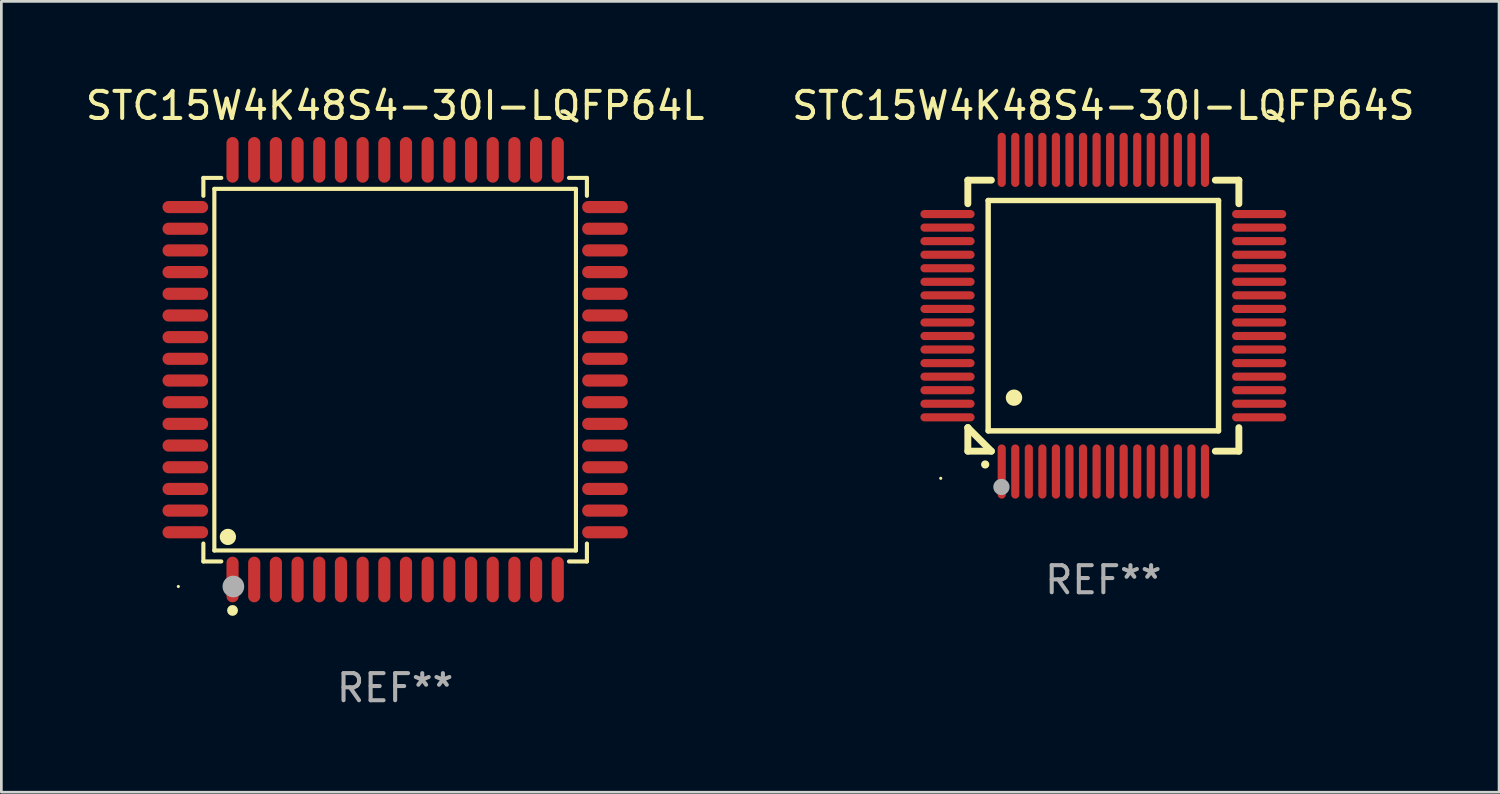
<source format=kicad_pcb>
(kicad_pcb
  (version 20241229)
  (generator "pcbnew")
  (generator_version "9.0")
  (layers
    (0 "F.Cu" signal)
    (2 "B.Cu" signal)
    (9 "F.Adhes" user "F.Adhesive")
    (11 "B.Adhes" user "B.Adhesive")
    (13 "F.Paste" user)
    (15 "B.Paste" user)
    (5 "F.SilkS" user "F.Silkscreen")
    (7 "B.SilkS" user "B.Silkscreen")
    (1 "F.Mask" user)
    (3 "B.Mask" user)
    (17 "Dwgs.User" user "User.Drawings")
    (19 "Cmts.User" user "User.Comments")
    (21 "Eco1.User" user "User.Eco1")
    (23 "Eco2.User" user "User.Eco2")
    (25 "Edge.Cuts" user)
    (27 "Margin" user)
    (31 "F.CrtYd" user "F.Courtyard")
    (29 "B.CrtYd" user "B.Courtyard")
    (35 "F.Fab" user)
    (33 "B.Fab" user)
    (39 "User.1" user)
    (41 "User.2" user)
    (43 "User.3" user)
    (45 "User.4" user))
  (footprint "STC15W4K48S4-30I-LQFP64L"
    (layer "F.Cu")
    (at 11.53 10.59)
    (property "Reference" "STC15W4K48S4-30I-LQFP64L" (at 0 -9.742 0) (layer "F.SilkS") (effects (font (size 1 1) (thickness 0.15))))
    (attr through_hole)
    (fp_line (start -7.076 -7.076) (end -6.415 -7.076) (stroke (width 0.152) (type solid)) (layer "F.SilkS"))
    (fp_line (start -7.076 -6.415) (end -7.076 -7.076) (stroke (width 0.152) (type solid)) (layer "F.SilkS"))
    (fp_line (start -7.076 6.415) (end -7.076 7.076) (stroke (width 0.152) (type solid)) (layer "F.SilkS"))
    (fp_line (start -7.076 7.076) (end -6.415 7.076) (stroke (width 0.152) (type solid)) (layer "F.SilkS"))
    (fp_line (start -6.671 -6.671) (end 6.671 -6.671) (stroke (width 0.152) (type solid)) (layer "F.SilkS"))
    (fp_line (start -6.671 6.671) (end -6.671 -6.671) (stroke (width 0.152) (type solid)) (layer "F.SilkS"))
    (fp_line (start 6.671 -6.671) (end 6.671 6.671) (stroke (width 0.152) (type solid)) (layer "F.SilkS"))
    (fp_line (start 6.671 6.671) (end -6.671 6.671) (stroke (width 0.152) (type solid)) (layer "F.SilkS"))
    (fp_line (start 7.076 -7.076) (end 6.415 -7.076) (stroke (width 0.152) (type solid)) (layer "F.SilkS"))
    (fp_line (start 7.076 -6.415) (end 7.076 -7.076) (stroke (width 0.152) (type solid)) (layer "F.SilkS"))
    (fp_line (start 7.076 6.415) (end 7.076 7.076) (stroke (width 0.152) (type solid)) (layer "F.SilkS"))
    (fp_line (start 7.076 7.076) (end 6.415 7.076) (stroke (width 0.152) (type solid)) (layer "F.SilkS"))
    (fp_circle (center -8 8) (end -7.97 8) (stroke (width 0.06) (type solid)) (fill no) (layer "F.SilkS"))
    (fp_circle (center -6.171 6.171) (end -6.021 6.171) (stroke (width 0.3) (type solid)) (fill no) (layer "F.SilkS"))
    (fp_circle (center -6 8.884) (end -5.9 8.884) (stroke (width 0.2) (type solid)) (fill no) (layer "F.SilkS"))
    (fp_circle (center -5.969 8.001) (end -5.769 8.001) (stroke (width 0.4) (type solid)) (fill no) (layer "F.Fab"))
    (fp_text user "REF**" (at 0 11.742 0) (layer "F.Fab") (effects (font (size 1 1) (thickness 0.15))))
    (pad "1" smd oval (at -6 7.742) (size 0.448 1.684) (layers "F.Cu" "F.Mask" "F.Paste"))
    (pad "2" smd oval (at -5.2 7.742) (size 0.448 1.684) (layers "F.Cu" "F.Mask" "F.Paste"))
    (pad "3" smd oval (at -4.4 7.742) (size 0.448 1.684) (layers "F.Cu" "F.Mask" "F.Paste"))
    (pad "4" smd oval (at -3.6 7.742) (size 0.448 1.684) (layers "F.Cu" "F.Mask" "F.Paste"))
    (pad "5" smd oval (at -2.8 7.742) (size 0.448 1.684) (layers "F.Cu" "F.Mask" "F.Paste"))
    (pad "6" smd oval (at -2 7.742) (size 0.448 1.684) (layers "F.Cu" "F.Mask" "F.Paste"))
    (pad "7" smd oval (at -1.2 7.742) (size 0.448 1.684) (layers "F.Cu" "F.Mask" "F.Paste"))
    (pad "8" smd oval (at -0.4 7.742) (size 0.448 1.684) (layers "F.Cu" "F.Mask" "F.Paste"))
    (pad "9" smd oval (at 0.4 7.742) (size 0.448 1.684) (layers "F.Cu" "F.Mask" "F.Paste"))
    (pad "10" smd oval (at 1.2 7.742) (size 0.448 1.684) (layers "F.Cu" "F.Mask" "F.Paste"))
    (pad "11" smd oval (at 2 7.742) (size 0.448 1.684) (layers "F.Cu" "F.Mask" "F.Paste"))
    (pad "12" smd oval (at 2.8 7.742) (size 0.448 1.684) (layers "F.Cu" "F.Mask" "F.Paste"))
    (pad "13" smd oval (at 3.6 7.742) (size 0.448 1.684) (layers "F.Cu" "F.Mask" "F.Paste"))
    (pad "14" smd oval (at 4.4 7.742) (size 0.448 1.684) (layers "F.Cu" "F.Mask" "F.Paste"))
    (pad "15" smd oval (at 5.2 7.742) (size 0.448 1.684) (layers "F.Cu" "F.Mask" "F.Paste"))
    (pad "16" smd oval (at 6 7.742) (size 0.448 1.684) (layers "F.Cu" "F.Mask" "F.Paste"))
    (pad "17" smd oval (at 7.742 6) (size 1.684 0.448) (layers "F.Cu" "F.Mask" "F.Paste"))
    (pad "18" smd oval (at 7.742 5.2) (size 1.684 0.448) (layers "F.Cu" "F.Mask" "F.Paste"))
    (pad "19" smd oval (at 7.742 4.4) (size 1.684 0.448) (layers "F.Cu" "F.Mask" "F.Paste"))
    (pad "20" smd oval (at 7.742 3.6) (size 1.684 0.448) (layers "F.Cu" "F.Mask" "F.Paste"))
    (pad "21" smd oval (at 7.742 2.8) (size 1.684 0.448) (layers "F.Cu" "F.Mask" "F.Paste"))
    (pad "22" smd oval (at 7.742 2) (size 1.684 0.448) (layers "F.Cu" "F.Mask" "F.Paste"))
    (pad "23" smd oval (at 7.742 1.2) (size 1.684 0.448) (layers "F.Cu" "F.Mask" "F.Paste"))
    (pad "24" smd oval (at 7.742 0.4) (size 1.684 0.448) (layers "F.Cu" "F.Mask" "F.Paste"))
    (pad "25" smd oval (at 7.742 -0.4) (size 1.684 0.448) (layers "F.Cu" "F.Mask" "F.Paste"))
    (pad "26" smd oval (at 7.742 -1.2) (size 1.684 0.448) (layers "F.Cu" "F.Mask" "F.Paste"))
    (pad "27" smd oval (at 7.742 -2) (size 1.684 0.448) (layers "F.Cu" "F.Mask" "F.Paste"))
    (pad "28" smd oval (at 7.742 -2.8) (size 1.684 0.448) (layers "F.Cu" "F.Mask" "F.Paste"))
    (pad "29" smd oval (at 7.742 -3.6) (size 1.684 0.448) (layers "F.Cu" "F.Mask" "F.Paste"))
    (pad "30" smd oval (at 7.742 -4.4) (size 1.684 0.448) (layers "F.Cu" "F.Mask" "F.Paste"))
    (pad "31" smd oval (at 7.742 -5.2) (size 1.684 0.448) (layers "F.Cu" "F.Mask" "F.Paste"))
    (pad "32" smd oval (at 7.742 -6) (size 1.684 0.448) (layers "F.Cu" "F.Mask" "F.Paste"))
    (pad "33" smd oval (at 6 -7.742) (size 0.448 1.684) (layers "F.Cu" "F.Mask" "F.Paste"))
    (pad "34" smd oval (at 5.2 -7.742) (size 0.448 1.684) (layers "F.Cu" "F.Mask" "F.Paste"))
    (pad "35" smd oval (at 4.4 -7.742) (size 0.448 1.684) (layers "F.Cu" "F.Mask" "F.Paste"))
    (pad "36" smd oval (at 3.6 -7.742) (size 0.448 1.684) (layers "F.Cu" "F.Mask" "F.Paste"))
    (pad "37" smd oval (at 2.8 -7.742) (size 0.448 1.684) (layers "F.Cu" "F.Mask" "F.Paste"))
    (pad "38" smd oval (at 2 -7.742) (size 0.448 1.684) (layers "F.Cu" "F.Mask" "F.Paste"))
    (pad "39" smd oval (at 1.2 -7.742) (size 0.448 1.684) (layers "F.Cu" "F.Mask" "F.Paste"))
    (pad "40" smd oval (at 0.4 -7.742) (size 0.448 1.684) (layers "F.Cu" "F.Mask" "F.Paste"))
    (pad "41" smd oval (at -0.4 -7.742) (size 0.448 1.684) (layers "F.Cu" "F.Mask" "F.Paste"))
    (pad "42" smd oval (at -1.2 -7.742) (size 0.448 1.684) (layers "F.Cu" "F.Mask" "F.Paste"))
    (pad "43" smd oval (at -2 -7.742) (size 0.448 1.684) (layers "F.Cu" "F.Mask" "F.Paste"))
    (pad "44" smd oval (at -2.8 -7.742) (size 0.448 1.684) (layers "F.Cu" "F.Mask" "F.Paste"))
    (pad "45" smd oval (at -3.6 -7.742) (size 0.448 1.684) (layers "F.Cu" "F.Mask" "F.Paste"))
    (pad "46" smd oval (at -4.4 -7.742) (size 0.448 1.684) (layers "F.Cu" "F.Mask" "F.Paste"))
    (pad "47" smd oval (at -5.2 -7.742) (size 0.448 1.684) (layers "F.Cu" "F.Mask" "F.Paste"))
    (pad "48" smd oval (at -6 -7.742) (size 0.448 1.684) (layers "F.Cu" "F.Mask" "F.Paste"))
    (pad "49" smd oval (at -7.742 -6) (size 1.684 0.448) (layers "F.Cu" "F.Mask" "F.Paste"))
    (pad "50" smd oval (at -7.742 -5.2) (size 1.684 0.448) (layers "F.Cu" "F.Mask" "F.Paste"))
    (pad "51" smd oval (at -7.742 -4.4) (size 1.684 0.448) (layers "F.Cu" "F.Mask" "F.Paste"))
    (pad "52" smd oval (at -7.742 -3.6) (size 1.684 0.448) (layers "F.Cu" "F.Mask" "F.Paste"))
    (pad "53" smd oval (at -7.742 -2.8) (size 1.684 0.448) (layers "F.Cu" "F.Mask" "F.Paste"))
    (pad "54" smd oval (at -7.742 -2) (size 1.684 0.448) (layers "F.Cu" "F.Mask" "F.Paste"))
    (pad "55" smd oval (at -7.742 -1.2) (size 1.684 0.448) (layers "F.Cu" "F.Mask" "F.Paste"))
    (pad "56" smd oval (at -7.742 -0.4) (size 1.684 0.448) (layers "F.Cu" "F.Mask" "F.Paste"))
    (pad "57" smd oval (at -7.742 0.4) (size 1.684 0.448) (layers "F.Cu" "F.Mask" "F.Paste"))
    (pad "58" smd oval (at -7.742 1.2) (size 1.684 0.448) (layers "F.Cu" "F.Mask" "F.Paste"))
    (pad "59" smd oval (at -7.742 2) (size 1.684 0.448) (layers "F.Cu" "F.Mask" "F.Paste"))
    (pad "60" smd oval (at -7.742 2.8) (size 1.684 0.448) (layers "F.Cu" "F.Mask" "F.Paste"))
    (pad "61" smd oval (at -7.742 3.6) (size 1.684 0.448) (layers "F.Cu" "F.Mask" "F.Paste"))
    (pad "62" smd oval (at -7.742 4.4) (size 1.684 0.448) (layers "F.Cu" "F.Mask" "F.Paste"))
    (pad "63" smd oval (at -7.742 5.2) (size 1.684 0.448) (layers "F.Cu" "F.Mask" "F.Paste"))
    (pad "64" smd oval (at -7.742 6) (size 1.684 0.448) (layers "F.Cu" "F.Mask" "F.Paste")))
  (footprint "STC15W4K48S4-30I-LQFP64S"
    (layer "F.Cu")
    (at 37.661 8.598)
    (property "Reference" "STC15W4K48S4-30I-LQFP64S" (at 0 -7.75 0) (layer "F.SilkS") (effects (font (size 1 1) (thickness 0.15))))
    (attr through_hole)
    (fp_line (start -5 -5) (end -4.131 -5) (stroke (width 0.254) (type solid)) (layer "F.SilkS"))
    (fp_line (start -5 -4.131) (end -5 -5) (stroke (width 0.254) (type solid)) (layer "F.SilkS"))
    (fp_line (start -5 4.131) (end -5 4.131) (stroke (width 0.254) (type solid)) (layer "F.SilkS"))
    (fp_line (start -5 5) (end -5 4.131) (stroke (width 0.254) (type solid)) (layer "F.SilkS"))
    (fp_line (start -5 4.131) (end -4.131 5) (stroke (width 0.254) (type solid)) (layer "F.SilkS"))
    (fp_line (start -4.25 -4.25) (end -4.25 4.25) (stroke (width 0.2) (type solid)) (layer "F.SilkS"))
    (fp_line (start -4.25 4.25) (end 4.25 4.25) (stroke (width 0.2) (type solid)) (layer "F.SilkS"))
    (fp_line (start -4.131 5) (end -5 5) (stroke (width 0.254) (type solid)) (layer "F.SilkS"))
    (fp_line (start 4.25 -4.25) (end -4.25 -4.25) (stroke (width 0.2) (type solid)) (layer "F.SilkS"))
    (fp_line (start 4.25 4.25) (end 4.25 -4.25) (stroke (width 0.2) (type solid)) (layer "F.SilkS"))
    (fp_line (start 5 -5) (end 4.131 -5) (stroke (width 0.254) (type solid)) (layer "F.SilkS"))
    (fp_line (start 5 -5) (end 5 -4.131) (stroke (width 0.254) (type solid)) (layer "F.SilkS"))
    (fp_line (start 5 4.131) (end 5 5) (stroke (width 0.254) (type solid)) (layer "F.SilkS"))
    (fp_line (start 5 5) (end 4.131 5) (stroke (width 0.254) (type solid)) (layer "F.SilkS"))
    (fp_arc (start -4.361265 5.489992) (mid -4.359995 5.489987) (end -4.358725 5.489992) (stroke (width 0.3) (type solid)) (layer "F.SilkS"))
    (fp_arc (start -3.299467 3.025146) (mid -3.296927 3.025135) (end -3.294387 3.025146) (stroke (width 0.6) (type solid)) (layer "F.SilkS"))
    (fp_circle (center -6 6) (end -5.97 6) (stroke (width 0.06) (type solid)) (fill no) (layer "F.SilkS"))
    (fp_circle (center -3.76 6.32) (end -3.61 6.32) (stroke (width 0.3) (type solid)) (fill no) (layer "F.Fab"))
    (fp_text user "REF**" (at 0 9.75 0) (layer "F.Fab") (effects (font (size 1 1) (thickness 0.15))))
    (pad "1" smd oval (at -3.75 5.75) (size 0.3 2) (layers "F.Cu" "F.Mask" "F.Paste"))
    (pad "2" smd oval (at -3.25 5.75) (size 0.3 2) (layers "F.Cu" "F.Mask" "F.Paste"))
    (pad "3" smd oval (at -2.75 5.75) (size 0.3 2) (layers "F.Cu" "F.Mask" "F.Paste"))
    (pad "4" smd oval (at -2.25 5.75) (size 0.3 2) (layers "F.Cu" "F.Mask" "F.Paste"))
    (pad "5" smd oval (at -1.75 5.75) (size 0.3 2) (layers "F.Cu" "F.Mask" "F.Paste"))
    (pad "6" smd oval (at -1.25 5.75) (size 0.3 2) (layers "F.Cu" "F.Mask" "F.Paste"))
    (pad "7" smd oval (at -0.75 5.75) (size 0.3 2) (layers "F.Cu" "F.Mask" "F.Paste"))
    (pad "8" smd oval (at -0.25 5.75) (size 0.3 2) (layers "F.Cu" "F.Mask" "F.Paste"))
    (pad "9" smd oval (at 0.25 5.75) (size 0.3 2) (layers "F.Cu" "F.Mask" "F.Paste"))
    (pad "10" smd oval (at 0.75 5.75) (size 0.3 2) (layers "F.Cu" "F.Mask" "F.Paste"))
    (pad "11" smd oval (at 1.25 5.75) (size 0.3 2) (layers "F.Cu" "F.Mask" "F.Paste"))
    (pad "12" smd oval (at 1.75 5.75) (size 0.3 2) (layers "F.Cu" "F.Mask" "F.Paste"))
    (pad "13" smd oval (at 2.25 5.75) (size 0.3 2) (layers "F.Cu" "F.Mask" "F.Paste"))
    (pad "14" smd oval (at 2.75 5.75) (size 0.3 2) (layers "F.Cu" "F.Mask" "F.Paste"))
    (pad "15" smd oval (at 3.25 5.75) (size 0.3 2) (layers "F.Cu" "F.Mask" "F.Paste"))
    (pad "16" smd oval (at 3.75 5.75) (size 0.3 2) (layers "F.Cu" "F.Mask" "F.Paste"))
    (pad "17" smd oval (at 5.75 3.75) (size 2 0.3) (layers "F.Cu" "F.Mask" "F.Paste"))
    (pad "18" smd oval (at 5.75 3.25) (size 2 0.3) (layers "F.Cu" "F.Mask" "F.Paste"))
    (pad "19" smd oval (at 5.75 2.75) (size 2 0.3) (layers "F.Cu" "F.Mask" "F.Paste"))
    (pad "20" smd oval (at 5.75 2.25) (size 2 0.3) (layers "F.Cu" "F.Mask" "F.Paste"))
    (pad "21" smd oval (at 5.75 1.75) (size 2 0.3) (layers "F.Cu" "F.Mask" "F.Paste"))
    (pad "22" smd oval (at 5.75 1.25) (size 2 0.3) (layers "F.Cu" "F.Mask" "F.Paste"))
    (pad "23" smd oval (at 5.75 0.75) (size 2 0.3) (layers "F.Cu" "F.Mask" "F.Paste"))
    (pad "24" smd oval (at 5.75 0.25) (size 2 0.3) (layers "F.Cu" "F.Mask" "F.Paste"))
    (pad "25" smd oval (at 5.75 -0.25) (size 2 0.3) (layers "F.Cu" "F.Mask" "F.Paste"))
    (pad "26" smd oval (at 5.75 -0.75) (size 2 0.3) (layers "F.Cu" "F.Mask" "F.Paste"))
    (pad "27" smd oval (at 5.75 -1.25) (size 2 0.3) (layers "F.Cu" "F.Mask" "F.Paste"))
    (pad "28" smd oval (at 5.75 -1.75) (size 2 0.3) (layers "F.Cu" "F.Mask" "F.Paste"))
    (pad "29" smd oval (at 5.75 -2.25) (size 2 0.3) (layers "F.Cu" "F.Mask" "F.Paste"))
    (pad "30" smd oval (at 5.75 -2.75) (size 2 0.3) (layers "F.Cu" "F.Mask" "F.Paste"))
    (pad "31" smd oval (at 5.75 -3.25) (size 2 0.3) (layers "F.Cu" "F.Mask" "F.Paste"))
    (pad "32" smd oval (at 5.75 -3.75) (size 2 0.3) (layers "F.Cu" "F.Mask" "F.Paste"))
    (pad "33" smd oval (at 3.75 -5.75) (size 0.3 2) (layers "F.Cu" "F.Mask" "F.Paste"))
    (pad "34" smd oval (at 3.25 -5.75) (size 0.3 2) (layers "F.Cu" "F.Mask" "F.Paste"))
    (pad "35" smd oval (at 2.75 -5.75) (size 0.3 2) (layers "F.Cu" "F.Mask" "F.Paste"))
    (pad "36" smd oval (at 2.25 -5.75) (size 0.3 2) (layers "F.Cu" "F.Mask" "F.Paste"))
    (pad "37" smd oval (at 1.75 -5.75) (size 0.3 2) (layers "F.Cu" "F.Mask" "F.Paste"))
    (pad "38" smd oval (at 1.25 -5.75) (size 0.3 2) (layers "F.Cu" "F.Mask" "F.Paste"))
    (pad "39" smd oval (at 0.75 -5.75) (size 0.3 2) (layers "F.Cu" "F.Mask" "F.Paste"))
    (pad "40" smd oval (at 0.25 -5.75) (size 0.3 2) (layers "F.Cu" "F.Mask" "F.Paste"))
    (pad "41" smd oval (at -0.25 -5.75) (size 0.3 2) (layers "F.Cu" "F.Mask" "F.Paste"))
    (pad "42" smd oval (at -0.75 -5.75) (size 0.3 2) (layers "F.Cu" "F.Mask" "F.Paste"))
    (pad "43" smd oval (at -1.25 -5.75) (size 0.3 2) (layers "F.Cu" "F.Mask" "F.Paste"))
    (pad "44" smd oval (at -1.75 -5.75) (size 0.3 2) (layers "F.Cu" "F.Mask" "F.Paste"))
    (pad "45" smd oval (at -2.25 -5.75) (size 0.3 2) (layers "F.Cu" "F.Mask" "F.Paste"))
    (pad "46" smd oval (at -2.75 -5.75) (size 0.3 2) (layers "F.Cu" "F.Mask" "F.Paste"))
    (pad "47" smd oval (at -3.25 -5.75) (size 0.3 2) (layers "F.Cu" "F.Mask" "F.Paste"))
    (pad "48" smd oval (at -3.75 -5.75) (size 0.3 2) (layers "F.Cu" "F.Mask" "F.Paste"))
    (pad "49" smd oval (at -5.75 -3.75) (size 2 0.3) (layers "F.Cu" "F.Mask" "F.Paste"))
    (pad "50" smd oval (at -5.75 -3.25) (size 2 0.3) (layers "F.Cu" "F.Mask" "F.Paste"))
    (pad "51" smd oval (at -5.75 -2.75) (size 2 0.3) (layers "F.Cu" "F.Mask" "F.Paste"))
    (pad "52" smd oval (at -5.75 -2.25) (size 2 0.3) (layers "F.Cu" "F.Mask" "F.Paste"))
    (pad "53" smd oval (at -5.75 -1.75) (size 2 0.3) (layers "F.Cu" "F.Mask" "F.Paste"))
    (pad "54" smd oval (at -5.75 -1.25) (size 2 0.3) (layers "F.Cu" "F.Mask" "F.Paste"))
    (pad "55" smd oval (at -5.75 -0.75) (size 2 0.3) (layers "F.Cu" "F.Mask" "F.Paste"))
    (pad "56" smd oval (at -5.75 -0.25) (size 2 0.3) (layers "F.Cu" "F.Mask" "F.Paste"))
    (pad "57" smd oval (at -5.75 0.25) (size 2 0.3) (layers "F.Cu" "F.Mask" "F.Paste"))
    (pad "58" smd oval (at -5.75 0.75) (size 2 0.3) (layers "F.Cu" "F.Mask" "F.Paste"))
    (pad "59" smd oval (at -5.75 1.25) (size 2 0.3) (layers "F.Cu" "F.Mask" "F.Paste"))
    (pad "60" smd oval (at -5.75 1.75) (size 2 0.3) (layers "F.Cu" "F.Mask" "F.Paste"))
    (pad "61" smd oval (at -5.75 2.25) (size 2 0.3) (layers "F.Cu" "F.Mask" "F.Paste"))
    (pad "62" smd oval (at -5.75 2.75) (size 2 0.3) (layers "F.Cu" "F.Mask" "F.Paste"))
    (pad "63" smd oval (at -5.75 3.25) (size 2 0.3) (layers "F.Cu" "F.Mask" "F.Paste"))
    (pad "64" smd oval (at -5.75 3.75) (size 2 0.3) (layers "F.Cu" "F.Mask" "F.Paste")))
  (gr_rect
    (start -3 -3)
    (end 52.262 26.18)
    (stroke (width 0.1) (type default))
    (fill no)
    (layer "Edge.Cuts")))
</source>
